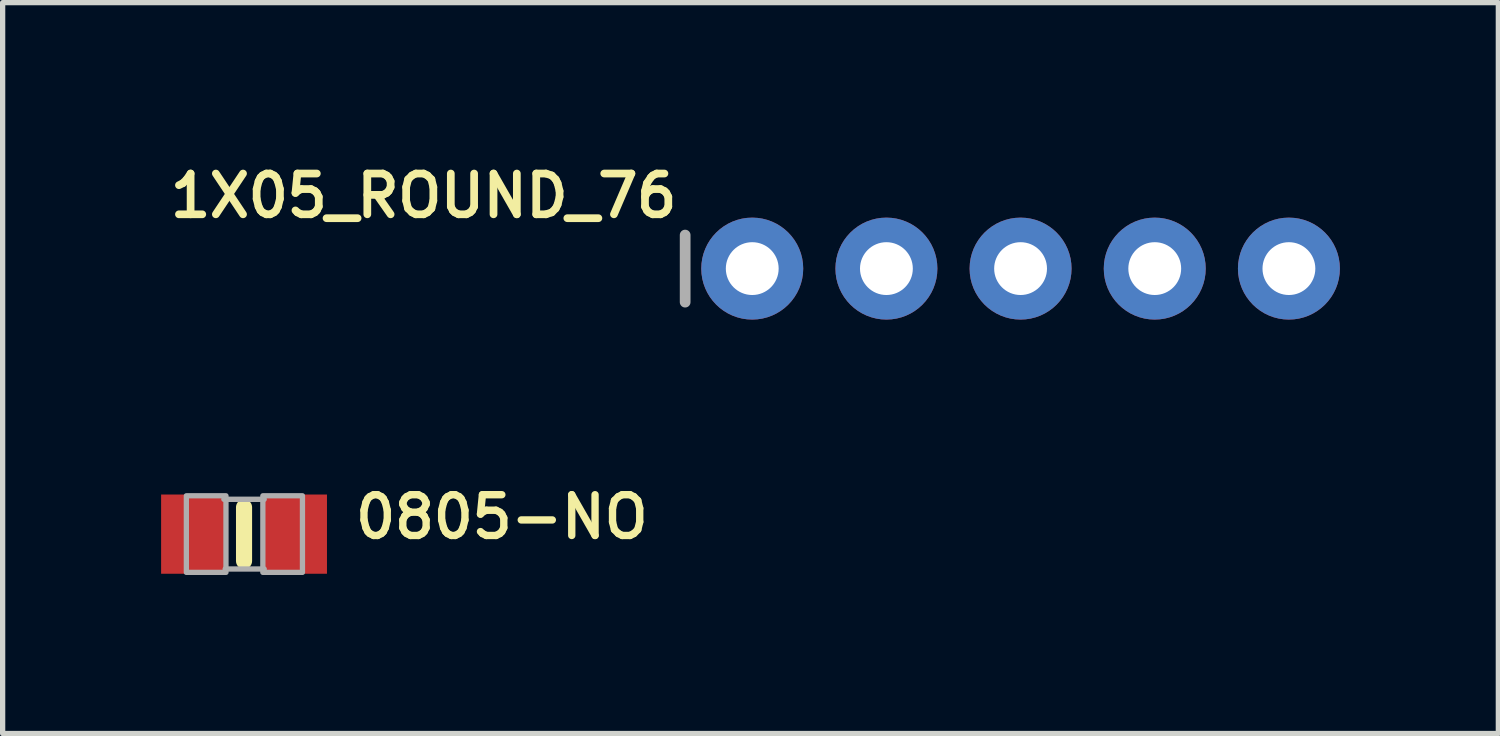
<source format=kicad_pcb>
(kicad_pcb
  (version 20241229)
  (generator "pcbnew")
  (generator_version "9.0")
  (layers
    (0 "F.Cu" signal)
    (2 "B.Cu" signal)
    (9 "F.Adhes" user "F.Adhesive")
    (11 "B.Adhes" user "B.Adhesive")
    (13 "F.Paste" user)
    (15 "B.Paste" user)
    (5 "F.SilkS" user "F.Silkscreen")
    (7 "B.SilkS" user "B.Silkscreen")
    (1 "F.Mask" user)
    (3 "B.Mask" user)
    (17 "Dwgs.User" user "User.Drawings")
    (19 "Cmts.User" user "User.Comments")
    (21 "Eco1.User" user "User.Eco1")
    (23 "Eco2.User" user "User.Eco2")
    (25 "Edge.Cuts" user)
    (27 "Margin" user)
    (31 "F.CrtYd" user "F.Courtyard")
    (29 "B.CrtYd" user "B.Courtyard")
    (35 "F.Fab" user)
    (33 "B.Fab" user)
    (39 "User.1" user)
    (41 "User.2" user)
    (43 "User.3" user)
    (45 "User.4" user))
  (footprint "0805-NO"
    (layer "F.Cu")
    (at 1.57 7.062)
    (property "Reference" "0805-NO" (at 2.032 0.127 180) (layer "F.SilkS") (effects (font (size 0.772 0.772) (thickness 0.139)) (justify left bottom)))
    (attr through_hole)
    (fp_line (start 0 -0.508) (end 0 0.508) (stroke (width 0.305) (type solid)) (layer "F.SilkS"))
    (fp_line (start -0.381 -0.66) (end 0.381 -0.66) (stroke (width 0.102) (type solid)) (layer "F.Fab"))
    (fp_line (start -0.356 0.66) (end 0.381 0.66) (stroke (width 0.102) (type solid)) (layer "F.Fab"))
    (fp_poly (pts (xy -1.092 0.724) (xy -0.342 0.724) (xy -0.342 -0.726) (xy -1.092 -0.726)) (stroke (width 0.1) (type solid)) (fill no) (layer "F.Fab"))
    (fp_poly (pts (xy 0.356 0.724) (xy 1.106 0.724) (xy 1.106 -0.726) (xy 0.356 -0.726)) (stroke (width 0.1) (type solid)) (fill no) (layer "F.Fab"))
    (pad "1" smd rect (at -0.95 0) (size 1.24 1.5) (layers "F.Cu" "F.Mask" "F.Paste"))
    (pad "2" smd rect (at 0.95 0) (size 1.24 1.5) (layers "F.Cu" "F.Mask" "F.Paste")))
  (footprint "1X05_ROUND_76"
    (layer "F.Cu")
    (at 16.271 2.035)
    (property "Reference" "1X05_ROUND_76" (at -6.426 -1.829 0) (layer "F.SilkS") (effects (font (size 0.772 0.772) (thickness 0.146)) (justify right top)))
    (attr through_hole)
    (fp_line (start -6.35 -0.635) (end -6.35 0.635) (stroke (width 0.203) (type solid)) (layer "F.Fab"))
    (fp_poly (pts (xy -5.334 0.254) (xy -4.826 0.254) (xy -4.826 -0.254) (xy -5.334 -0.254)) (stroke (width 0.1) (type solid)) (fill no) (layer "F.Fab"))
    (fp_poly (pts (xy -2.794 0.254) (xy -2.286 0.254) (xy -2.286 -0.254) (xy -2.794 -0.254)) (stroke (width 0.1) (type solid)) (fill no) (layer "F.Fab"))
    (fp_poly (pts (xy -0.254 0.254) (xy 0.254 0.254) (xy 0.254 -0.254) (xy -0.254 -0.254)) (stroke (width 0.1) (type solid)) (fill no) (layer "F.Fab"))
    (fp_poly (pts (xy 2.286 0.254) (xy 2.794 0.254) (xy 2.794 -0.254) (xy 2.286 -0.254)) (stroke (width 0.1) (type solid)) (fill no) (layer "F.Fab"))
    (fp_poly (pts (xy 4.826 0.254) (xy 5.334 0.254) (xy 5.334 -0.254) (xy 4.826 -0.254)) (stroke (width 0.1) (type solid)) (fill no) (layer "F.Fab"))
    (pad "1" thru_hole circle (at -5.08 0 90) (size 1.93 1.93) (drill 1) (layers "*.Cu" "*.Mask"))
    (pad "2" thru_hole circle (at -2.54 0 90) (size 1.93 1.93) (drill 1) (layers "*.Cu" "*.Mask"))
    (pad "3" thru_hole circle (at 0 0 90) (size 1.93 1.93) (drill 1) (layers "*.Cu" "*.Mask"))
    (pad "4" thru_hole circle (at 2.54 0 90) (size 1.93 1.93) (drill 1) (layers "*.Cu" "*.Mask"))
    (pad "5" thru_hole circle (at 5.08 0 90) (size 1.93 1.93) (drill 1) (layers "*.Cu" "*.Mask")))
  (gr_rect
    (start -3 -3)
    (end 25.316 10.836)
    (stroke (width 0.1) (type default))
    (fill no)
    (layer "Edge.Cuts")))
</source>
